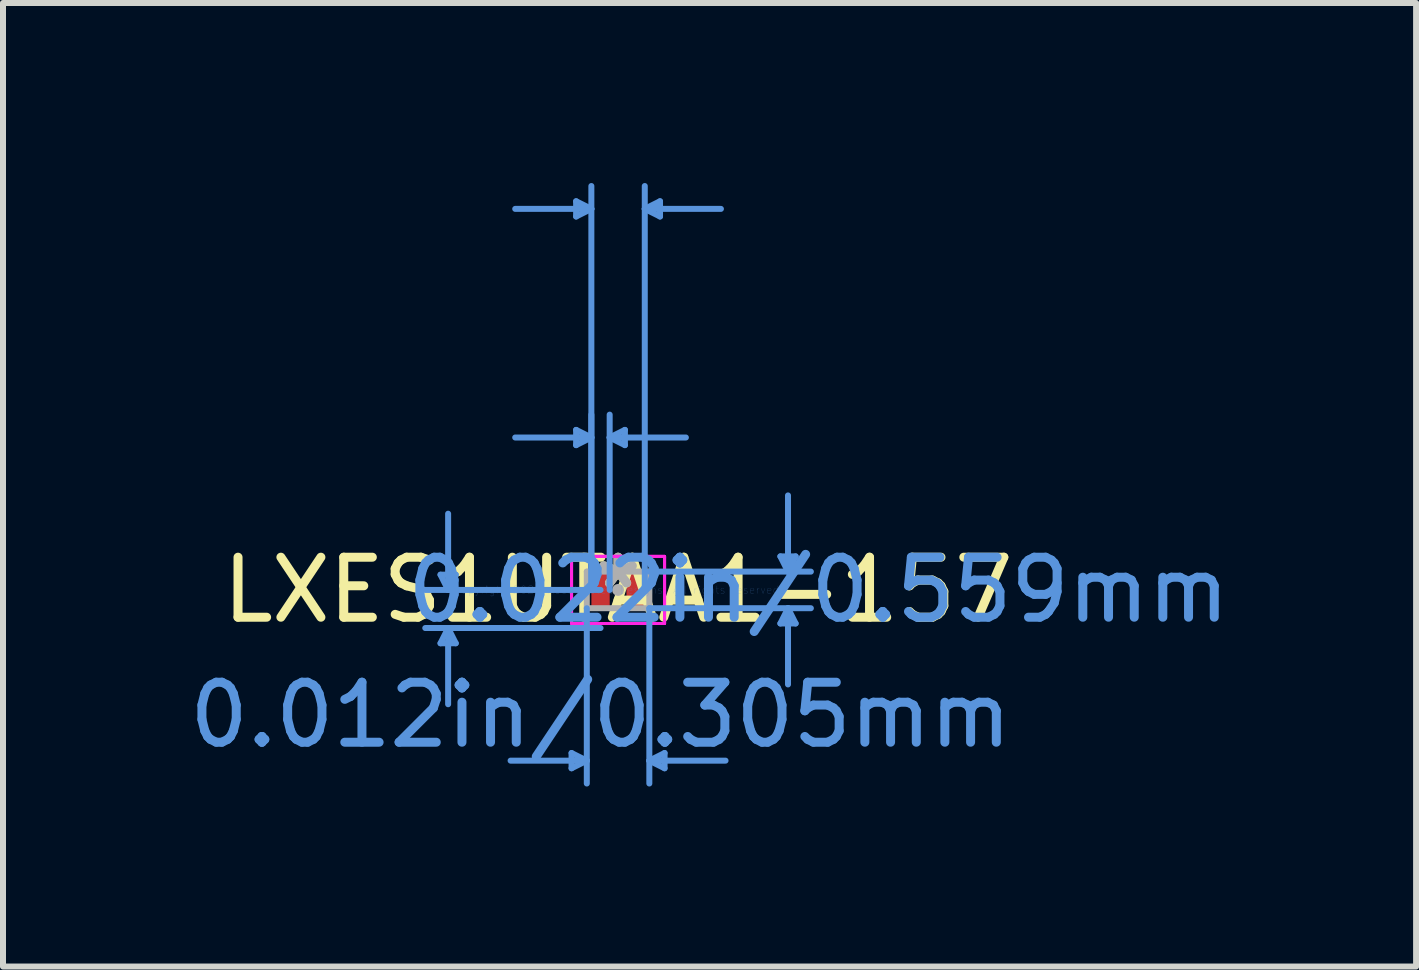
<source format=kicad_pcb>
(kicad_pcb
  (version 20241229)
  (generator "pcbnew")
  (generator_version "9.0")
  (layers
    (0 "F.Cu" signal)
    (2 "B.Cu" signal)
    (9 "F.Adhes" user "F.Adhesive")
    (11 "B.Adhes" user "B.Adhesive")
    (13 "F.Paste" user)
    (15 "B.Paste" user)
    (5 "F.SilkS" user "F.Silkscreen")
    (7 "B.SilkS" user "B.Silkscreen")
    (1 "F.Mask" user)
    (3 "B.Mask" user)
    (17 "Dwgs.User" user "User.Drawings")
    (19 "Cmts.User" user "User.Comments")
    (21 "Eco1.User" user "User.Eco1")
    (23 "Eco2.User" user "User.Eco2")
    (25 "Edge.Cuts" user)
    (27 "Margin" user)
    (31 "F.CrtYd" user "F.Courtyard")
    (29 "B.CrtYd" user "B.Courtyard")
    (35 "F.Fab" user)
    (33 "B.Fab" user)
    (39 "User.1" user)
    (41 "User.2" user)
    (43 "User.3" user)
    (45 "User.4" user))
  (footprint "LXES1UTAA1-157"
    (layer "F.Cu")
    (at 7.25 6.781)
    (property "Reference" "LXES1UTAA1-157" (at 0 0 0) (layer "F.SilkS") (effects (font (size 1 1) (thickness 0.15))))
    (attr through_hole)
    (fp_line (start -2.959 -0.254) (end -2.705 -0.254) (stroke (width 0.1) (type solid)) (layer "Cmts.User"))
    (fp_line (start -2.959 0.889) (end -2.705 0.889) (stroke (width 0.1) (type solid)) (layer "Cmts.User"))
    (fp_line (start -2.832 0) (end -2.959 -0.254) (stroke (width 0.1) (type solid)) (layer "Cmts.User"))
    (fp_line (start -2.832 0) (end -2.832 -1.27) (stroke (width 0.1) (type solid)) (layer "Cmts.User"))
    (fp_line (start -2.832 0) (end -2.705 -0.254) (stroke (width 0.1) (type solid)) (layer "Cmts.User"))
    (fp_line (start -2.832 0.635) (end -2.959 0.889) (stroke (width 0.1) (type solid)) (layer "Cmts.User"))
    (fp_line (start -2.832 0.635) (end -2.832 1.905) (stroke (width 0.1) (type solid)) (layer "Cmts.User"))
    (fp_line (start -2.832 0.635) (end -2.705 0.889) (stroke (width 0.1) (type solid)) (layer "Cmts.User"))
    (fp_line (start -0.775 2.718) (end -0.775 2.972) (stroke (width 0.1) (type solid)) (layer "Cmts.User"))
    (fp_line (start -0.699 -6.477) (end -0.699 -6.223) (stroke (width 0.1) (type solid)) (layer "Cmts.User"))
    (fp_line (start -0.699 -2.667) (end -0.699 -2.413) (stroke (width 0.1) (type solid)) (layer "Cmts.User"))
    (fp_line (start -0.521 0.305) (end -0.521 3.226) (stroke (width 0.1) (type solid)) (layer "Cmts.User"))
    (fp_line (start -0.521 2.845) (end -1.791 2.845) (stroke (width 0.1) (type solid)) (layer "Cmts.User"))
    (fp_line (start -0.521 2.845) (end -0.775 2.718) (stroke (width 0.1) (type solid)) (layer "Cmts.User"))
    (fp_line (start -0.521 2.845) (end -0.775 2.972) (stroke (width 0.1) (type solid)) (layer "Cmts.User"))
    (fp_line (start -0.445 -6.35) (end -1.714 -6.35) (stroke (width 0.1) (type solid)) (layer "Cmts.User"))
    (fp_line (start -0.445 -6.35) (end -0.699 -6.477) (stroke (width 0.1) (type solid)) (layer "Cmts.User"))
    (fp_line (start -0.445 -6.35) (end -0.699 -6.223) (stroke (width 0.1) (type solid)) (layer "Cmts.User"))
    (fp_line (start -0.445 -2.54) (end -1.714 -2.54) (stroke (width 0.1) (type solid)) (layer "Cmts.User"))
    (fp_line (start -0.445 -2.54) (end -0.699 -2.667) (stroke (width 0.1) (type solid)) (layer "Cmts.User"))
    (fp_line (start -0.445 -2.54) (end -0.699 -2.413) (stroke (width 0.1) (type solid)) (layer "Cmts.User"))
    (fp_line (start -0.445 0) (end -0.445 -6.731) (stroke (width 0.1) (type solid)) (layer "Cmts.User"))
    (fp_line (start -0.445 0) (end -0.445 -2.921) (stroke (width 0.1) (type solid)) (layer "Cmts.User"))
    (fp_line (start -0.292 0) (end -3.213 0) (stroke (width 0.1) (type solid)) (layer "Cmts.User"))
    (fp_line (start -0.292 0.635) (end -3.213 0.635) (stroke (width 0.1) (type solid)) (layer "Cmts.User"))
    (fp_line (start -0.14 -2.54) (end 0.114 -2.667) (stroke (width 0.1) (type solid)) (layer "Cmts.User"))
    (fp_line (start -0.14 -2.54) (end 0.114 -2.413) (stroke (width 0.1) (type solid)) (layer "Cmts.User"))
    (fp_line (start -0.14 -2.54) (end 1.13 -2.54) (stroke (width 0.1) (type solid)) (layer "Cmts.User"))
    (fp_line (start -0.14 0) (end -0.14 -2.921) (stroke (width 0.1) (type solid)) (layer "Cmts.User"))
    (fp_line (start 0.114 -2.667) (end 0.114 -2.413) (stroke (width 0.1) (type solid)) (layer "Cmts.User"))
    (fp_line (start 0.445 -6.35) (end 0.699 -6.477) (stroke (width 0.1) (type solid)) (layer "Cmts.User"))
    (fp_line (start 0.445 -6.35) (end 0.699 -6.223) (stroke (width 0.1) (type solid)) (layer "Cmts.User"))
    (fp_line (start 0.445 -6.35) (end 1.714 -6.35) (stroke (width 0.1) (type solid)) (layer "Cmts.User"))
    (fp_line (start 0.445 0) (end 0.445 -6.731) (stroke (width 0.1) (type solid)) (layer "Cmts.User"))
    (fp_line (start 0.521 -0.305) (end 3.213 -0.305) (stroke (width 0.1) (type solid)) (layer "Cmts.User"))
    (fp_line (start 0.521 0.305) (end 0.521 3.226) (stroke (width 0.1) (type solid)) (layer "Cmts.User"))
    (fp_line (start 0.521 0.305) (end 3.213 0.305) (stroke (width 0.1) (type solid)) (layer "Cmts.User"))
    (fp_line (start 0.521 2.845) (end 0.775 2.718) (stroke (width 0.1) (type solid)) (layer "Cmts.User"))
    (fp_line (start 0.521 2.845) (end 0.775 2.972) (stroke (width 0.1) (type solid)) (layer "Cmts.User"))
    (fp_line (start 0.521 2.845) (end 1.791 2.845) (stroke (width 0.1) (type solid)) (layer "Cmts.User"))
    (fp_line (start 0.699 -6.477) (end 0.699 -6.223) (stroke (width 0.1) (type solid)) (layer "Cmts.User"))
    (fp_line (start 0.775 2.718) (end 0.775 2.972) (stroke (width 0.1) (type solid)) (layer "Cmts.User"))
    (fp_line (start 2.705 -0.559) (end 2.959 -0.559) (stroke (width 0.1) (type solid)) (layer "Cmts.User"))
    (fp_line (start 2.705 0.559) (end 2.959 0.559) (stroke (width 0.1) (type solid)) (layer "Cmts.User"))
    (fp_line (start 2.832 -0.305) (end 2.705 -0.559) (stroke (width 0.1) (type solid)) (layer "Cmts.User"))
    (fp_line (start 2.832 -0.305) (end 2.832 -1.575) (stroke (width 0.1) (type solid)) (layer "Cmts.User"))
    (fp_line (start 2.832 -0.305) (end 2.959 -0.559) (stroke (width 0.1) (type solid)) (layer "Cmts.User"))
    (fp_line (start 2.832 0.305) (end 2.705 0.559) (stroke (width 0.1) (type solid)) (layer "Cmts.User"))
    (fp_line (start 2.832 0.305) (end 2.832 1.575) (stroke (width 0.1) (type solid)) (layer "Cmts.User"))
    (fp_line (start 2.832 0.305) (end 2.959 0.559) (stroke (width 0.1) (type solid)) (layer "Cmts.User"))
    (fp_line (start -0.775 -0.559) (end 0.775 -0.559) (stroke (width 0.05) (type solid)) (layer "F.CrtYd"))
    (fp_line (start -0.775 -0.559) (end 0.775 -0.559) (stroke (width 0.05) (type solid)) (layer "F.CrtYd"))
    (fp_line (start -0.775 -0.533) (end -0.775 -0.559) (stroke (width 0.05) (type solid)) (layer "F.CrtYd"))
    (fp_line (start -0.775 -0.533) (end -0.775 -0.559) (stroke (width 0.05) (type solid)) (layer "F.CrtYd"))
    (fp_line (start -0.775 -0.533) (end -0.775 -0.533) (stroke (width 0.05) (type solid)) (layer "F.CrtYd"))
    (fp_line (start -0.775 -0.533) (end -0.775 -0.533) (stroke (width 0.05) (type solid)) (layer "F.CrtYd"))
    (fp_line (start -0.775 0.533) (end -0.775 -0.533) (stroke (width 0.05) (type solid)) (layer "F.CrtYd"))
    (fp_line (start -0.775 0.533) (end -0.775 -0.533) (stroke (width 0.05) (type solid)) (layer "F.CrtYd"))
    (fp_line (start -0.775 0.533) (end -0.775 0.533) (stroke (width 0.05) (type solid)) (layer "F.CrtYd"))
    (fp_line (start -0.775 0.533) (end -0.775 0.533) (stroke (width 0.05) (type solid)) (layer "F.CrtYd"))
    (fp_line (start -0.775 0.559) (end -0.775 0.533) (stroke (width 0.05) (type solid)) (layer "F.CrtYd"))
    (fp_line (start -0.775 0.559) (end -0.775 0.533) (stroke (width 0.05) (type solid)) (layer "F.CrtYd"))
    (fp_line (start 0.775 -0.559) (end 0.775 -0.533) (stroke (width 0.05) (type solid)) (layer "F.CrtYd"))
    (fp_line (start 0.775 -0.559) (end 0.775 -0.533) (stroke (width 0.05) (type solid)) (layer "F.CrtYd"))
    (fp_line (start 0.775 -0.533) (end 0.775 -0.533) (stroke (width 0.05) (type solid)) (layer "F.CrtYd"))
    (fp_line (start 0.775 -0.533) (end 0.775 -0.533) (stroke (width 0.05) (type solid)) (layer "F.CrtYd"))
    (fp_line (start 0.775 -0.533) (end 0.775 0.533) (stroke (width 0.05) (type solid)) (layer "F.CrtYd"))
    (fp_line (start 0.775 -0.533) (end 0.775 0.533) (stroke (width 0.05) (type solid)) (layer "F.CrtYd"))
    (fp_line (start 0.775 0.533) (end 0.775 0.533) (stroke (width 0.05) (type solid)) (layer "F.CrtYd"))
    (fp_line (start 0.775 0.533) (end 0.775 0.533) (stroke (width 0.05) (type solid)) (layer "F.CrtYd"))
    (fp_line (start 0.775 0.533) (end 0.775 0.559) (stroke (width 0.05) (type solid)) (layer "F.CrtYd"))
    (fp_line (start 0.775 0.533) (end 0.775 0.559) (stroke (width 0.05) (type solid)) (layer "F.CrtYd"))
    (fp_line (start 0.775 0.559) (end -0.775 0.559) (stroke (width 0.05) (type solid)) (layer "F.CrtYd"))
    (fp_line (start 0.775 0.559) (end -0.775 0.559) (stroke (width 0.05) (type solid)) (layer "F.CrtYd"))
    (fp_line (start -0.521 -0.305) (end -0.521 0.305) (stroke (width 0.1) (type solid)) (layer "F.Fab"))
    (fp_line (start -0.521 0.305) (end 0.521 0.305) (stroke (width 0.1) (type solid)) (layer "F.Fab"))
    (fp_line (start 0.521 -0.305) (end -0.521 -0.305) (stroke (width 0.1) (type solid)) (layer "F.Fab"))
    (fp_line (start 0.521 0.305) (end 0.521 -0.305) (stroke (width 0.1) (type solid)) (layer "F.Fab"))
    (fp_circle (center 0 0) (end 0 0) (stroke (width 0.1) (type solid)) (fill no) (layer "F.Fab"))
    (fp_text user "*" (at 0 0 0) (layer "F.SilkS") (effects (font (size 1 1) (thickness 0.15))))
    (fp_text user "0.022in/0.559mm" (at 3.34 0 0) (layer "Cmts.User") (effects (font (size 1 1) (thickness 0.15))))
    (fp_text user "Copyright 2021 Accelerated Designs. All rights reserved." (at 0 0 0) (layer "Cmts.User") (effects (font (size 0.127 0.127) (thickness 0.002))))
    (fp_text user "0.012in/0.305mm" (at -0.292 2.083 0) (layer "Cmts.User") (effects (font (size 1 1) (thickness 0.15))))
    (fp_text user "*" (at 0 0 0) (layer "F.Fab") (effects (font (size 1 1) (thickness 0.15))))
    (pad "1" smd rect (at -0.292 0) (size 0.305 0.559) (layers "F.Cu" "F.Mask" "F.Paste"))
    (pad "2" smd rect (at 0.292 0) (size 0.305 0.559) (layers "F.Cu" "F.Mask" "F.Paste")))
  (gr_rect
    (start -3 -3)
    (end 20.549 13.057)
    (stroke (width 0.1) (type default))
    (fill no)
    (layer "Edge.Cuts")))
</source>
